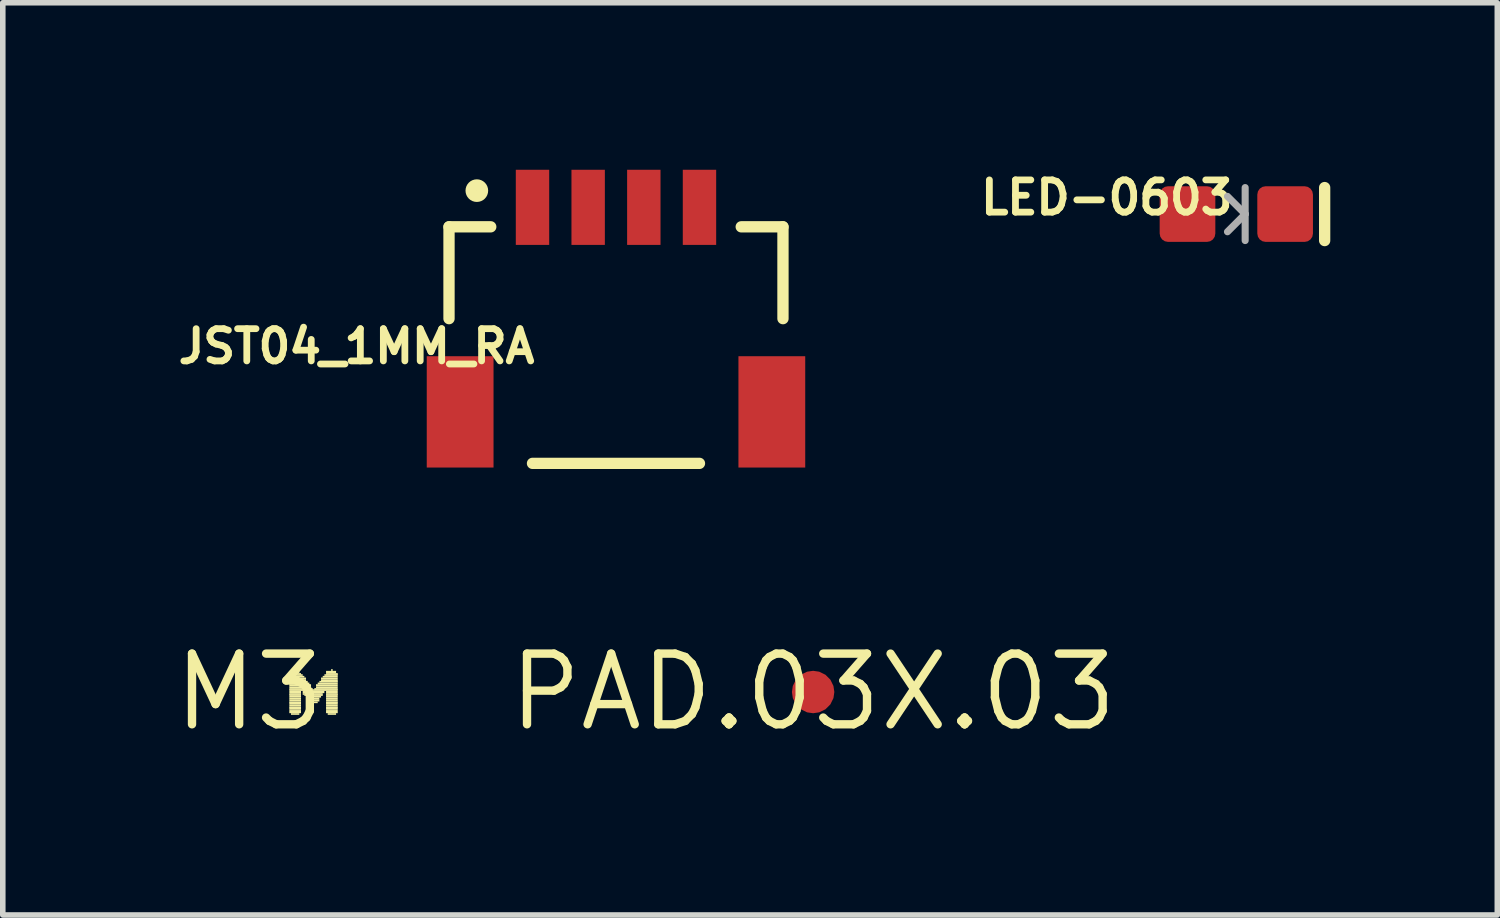
<source format=kicad_pcb>
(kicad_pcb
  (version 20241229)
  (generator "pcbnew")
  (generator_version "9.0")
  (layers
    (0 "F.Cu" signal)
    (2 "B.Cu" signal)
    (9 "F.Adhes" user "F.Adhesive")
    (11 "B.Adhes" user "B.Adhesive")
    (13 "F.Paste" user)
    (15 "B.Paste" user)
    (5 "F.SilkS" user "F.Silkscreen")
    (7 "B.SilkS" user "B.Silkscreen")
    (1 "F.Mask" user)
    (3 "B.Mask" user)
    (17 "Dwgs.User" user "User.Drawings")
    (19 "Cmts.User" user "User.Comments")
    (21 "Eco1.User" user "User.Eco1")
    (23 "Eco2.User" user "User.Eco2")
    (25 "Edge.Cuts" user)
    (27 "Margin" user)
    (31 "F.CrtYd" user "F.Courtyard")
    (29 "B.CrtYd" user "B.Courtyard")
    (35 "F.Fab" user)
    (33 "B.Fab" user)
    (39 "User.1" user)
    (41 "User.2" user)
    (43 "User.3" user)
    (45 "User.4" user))
  (footprint "PAD.03X.03"
    (layer "F.Cu")
    (at 11.559 9.383)
    (property "Reference" "PAD.03X.03" (at 0 0 0) (layer "F.SilkS") (effects (font (size 1.27 1.27) (thickness 0.15))))
    (attr through_hole)
    (pad "P$1" smd roundrect (at 0 0) (size 0.762 0.762) (layers "F.Cu" "F.Mask") (roundrect_rratio 0.5)))
  (footprint "JST04_1MM_RA"
    (layer "F.Cu")
    (at 8.017 0.675)
    (property "Reference" "JST04_1MM_RA" (at -1.397 2.159 0) (layer "F.SilkS") (effects (font (size 0.579 0.579) (thickness 0.122)) (justify right top)))
    (attr through_hole)
    (fp_line (start -3 0.35) (end -2.25 0.35) (stroke (width 0.203) (type solid)) (layer "F.SilkS"))
    (fp_line (start -3 2) (end -3 0.35) (stroke (width 0.203) (type solid)) (layer "F.SilkS"))
    (fp_line (start -1.5 4.6) (end 1.5 4.6) (stroke (width 0.203) (type solid)) (layer "F.SilkS"))
    (fp_line (start 2.25 0.35) (end 3 0.35) (stroke (width 0.203) (type solid)) (layer "F.SilkS"))
    (fp_line (start 3 0.35) (end 3 2) (stroke (width 0.203) (type solid)) (layer "F.SilkS"))
    (fp_circle (center -2.5 -0.3) (end -2.398 -0.3) (stroke (width 0.203) (type solid)) (fill no) (layer "F.SilkS"))
    (pad "1" smd rect (at -1.5 0) (size 0.6 1.35) (layers "F.Cu" "F.Mask" "F.Paste"))
    (pad "2" smd rect (at -0.5 0) (size 0.6 1.35) (layers "F.Cu" "F.Mask" "F.Paste"))
    (pad "3" smd rect (at 0.5 0) (size 0.6 1.35) (layers "F.Cu" "F.Mask" "F.Paste"))
    (pad "4" smd rect (at 1.5 0) (size 0.6 1.35) (layers "F.Cu" "F.Mask" "F.Paste"))
    (pad "NC1" smd rect (at 2.8 3.675) (size 1.2 2) (layers "F.Cu" "F.Mask" "F.Paste"))
    (pad "NC2" smd rect (at -2.8 3.675) (size 1.2 2) (layers "F.Cu" "F.Mask" "F.Paste")))
  (footprint "M3"
    (layer "F.Cu")
    (at 1.428 9.383)
    (property "Reference" "M3" (at 0 0 0) (layer "F.SilkS") (effects (font (size 1.27 1.27) (thickness 0.15))))
    (attr through_hole)
    (fp_poly (pts (xy 0.72 -0.31) (xy 0.93 -0.31) (xy 0.93 -0.34) (xy 0.72 -0.34)) (stroke (width 0) (type solid)) (fill yes) (layer "F.SilkS"))
    (fp_poly (pts (xy 0.72 -0.29) (xy 0.96 -0.29) (xy 0.96 -0.32) (xy 0.72 -0.32)) (stroke (width 0) (type solid)) (fill yes) (layer "F.SilkS"))
    (fp_poly (pts (xy 0.72 -0.26) (xy 0.99 -0.26) (xy 0.99 -0.29) (xy 0.72 -0.29)) (stroke (width 0) (type solid)) (fill yes) (layer "F.SilkS"))
    (fp_poly (pts (xy 0.72 -0.22) (xy 1.02 -0.22) (xy 1.02 -0.26) (xy 0.72 -0.26)) (stroke (width 0) (type solid)) (fill yes) (layer "F.SilkS"))
    (fp_poly (pts (xy 0.72 -0.19) (xy 1.02 -0.19) (xy 1.02 -0.22) (xy 0.72 -0.22)) (stroke (width 0) (type solid)) (fill yes) (layer "F.SilkS"))
    (fp_poly (pts (xy 0.72 -0.17) (xy 1.05 -0.17) (xy 1.05 -0.2) (xy 0.72 -0.2)) (stroke (width 0) (type solid)) (fill yes) (layer "F.SilkS"))
    (fp_poly (pts (xy 0.72 -0.14) (xy 1.08 -0.14) (xy 1.08 -0.17) (xy 0.72 -0.17)) (stroke (width 0) (type solid)) (fill yes) (layer "F.SilkS"))
    (fp_poly (pts (xy 0.72 -0.1) (xy 1.11 -0.1) (xy 1.11 -0.14) (xy 0.72 -0.14)) (stroke (width 0) (type solid)) (fill yes) (layer "F.SilkS"))
    (fp_poly (pts (xy 0.72 -0.07) (xy 1.11 -0.07) (xy 1.11 -0.1) (xy 0.72 -0.1)) (stroke (width 0) (type solid)) (fill yes) (layer "F.SilkS"))
    (fp_poly (pts (xy 0.72 -0.04) (xy 1.14 -0.04) (xy 1.14 -0.07) (xy 0.72 -0.07)) (stroke (width 0) (type solid)) (fill yes) (layer "F.SilkS"))
    (fp_poly (pts (xy 0.72 -0.02) (xy 1.59 -0.02) (xy 1.59 -0.05) (xy 0.72 -0.05)) (stroke (width 0) (type solid)) (fill yes) (layer "F.SilkS"))
    (fp_poly (pts (xy 0.72 0.02) (xy 0.93 0.02) (xy 0.93 -0.02) (xy 0.72 -0.02)) (stroke (width 0) (type solid)) (fill yes) (layer "F.SilkS"))
    (fp_poly (pts (xy 0.72 0.05) (xy 0.93 0.05) (xy 0.93 0.02) (xy 0.72 0.02)) (stroke (width 0) (type solid)) (fill yes) (layer "F.SilkS"))
    (fp_poly (pts (xy 0.72 0.07) (xy 0.93 0.07) (xy 0.93 0.04) (xy 0.72 0.04)) (stroke (width 0) (type solid)) (fill yes) (layer "F.SilkS"))
    (fp_poly (pts (xy 0.72 0.1) (xy 0.93 0.1) (xy 0.93 0.07) (xy 0.72 0.07)) (stroke (width 0) (type solid)) (fill yes) (layer "F.SilkS"))
    (fp_poly (pts (xy 0.72 0.14) (xy 0.93 0.14) (xy 0.93 0.1) (xy 0.72 0.1)) (stroke (width 0) (type solid)) (fill yes) (layer "F.SilkS"))
    (fp_poly (pts (xy 0.72 0.17) (xy 0.93 0.17) (xy 0.93 0.14) (xy 0.72 0.14)) (stroke (width 0) (type solid)) (fill yes) (layer "F.SilkS"))
    (fp_poly (pts (xy 0.72 0.2) (xy 0.93 0.2) (xy 0.93 0.17) (xy 0.72 0.17)) (stroke (width 0) (type solid)) (fill yes) (layer "F.SilkS"))
    (fp_poly (pts (xy 0.72 0.22) (xy 0.93 0.22) (xy 0.93 0.19) (xy 0.72 0.19)) (stroke (width 0) (type solid)) (fill yes) (layer "F.SilkS"))
    (fp_poly (pts (xy 0.72 0.26) (xy 0.93 0.26) (xy 0.93 0.22) (xy 0.72 0.22)) (stroke (width 0) (type solid)) (fill yes) (layer "F.SilkS"))
    (fp_poly (pts (xy 0.72 0.29) (xy 0.93 0.29) (xy 0.93 0.26) (xy 0.72 0.26)) (stroke (width 0) (type solid)) (fill yes) (layer "F.SilkS"))
    (fp_poly (pts (xy 0.72 0.31) (xy 0.93 0.31) (xy 0.93 0.28) (xy 0.72 0.28)) (stroke (width 0) (type solid)) (fill yes) (layer "F.SilkS"))
    (fp_poly (pts (xy 0.72 0.34) (xy 0.93 0.34) (xy 0.93 0.31) (xy 0.72 0.31)) (stroke (width 0) (type solid)) (fill yes) (layer "F.SilkS"))
    (fp_poly (pts (xy 0.72 0.38) (xy 0.93 0.38) (xy 0.93 0.34) (xy 0.72 0.34)) (stroke (width 0) (type solid)) (fill yes) (layer "F.SilkS"))
    (fp_poly (pts (xy 0.75 -0.34) (xy 0.9 -0.34) (xy 0.9 -0.38) (xy 0.75 -0.38)) (stroke (width 0) (type solid)) (fill yes) (layer "F.SilkS"))
    (fp_poly (pts (xy 0.75 0.41) (xy 0.9 0.41) (xy 0.9 0.38) (xy 0.75 0.38)) (stroke (width 0) (type solid)) (fill yes) (layer "F.SilkS"))
    (fp_poly (pts (xy 0.81 -0.38) (xy 0.84 -0.38) (xy 0.84 -0.41) (xy 0.81 -0.41)) (stroke (width 0) (type solid)) (fill yes) (layer "F.SilkS"))
    (fp_poly (pts (xy 0.96 0.02) (xy 1.35 0.02) (xy 1.35 -0.02) (xy 0.96 -0.02)) (stroke (width 0) (type solid)) (fill yes) (layer "F.SilkS"))
    (fp_poly (pts (xy 0.96 0.05) (xy 1.32 0.05) (xy 1.32 0.02) (xy 0.96 0.02)) (stroke (width 0) (type solid)) (fill yes) (layer "F.SilkS"))
    (fp_poly (pts (xy 0.99 0.07) (xy 1.32 0.07) (xy 1.32 0.04) (xy 0.99 0.04)) (stroke (width 0) (type solid)) (fill yes) (layer "F.SilkS"))
    (fp_poly (pts (xy 1.02 0.1) (xy 1.29 0.1) (xy 1.29 0.07) (xy 1.02 0.07)) (stroke (width 0) (type solid)) (fill yes) (layer "F.SilkS"))
    (fp_poly (pts (xy 1.05 0.14) (xy 1.26 0.14) (xy 1.26 0.1) (xy 1.05 0.1)) (stroke (width 0) (type solid)) (fill yes) (layer "F.SilkS"))
    (fp_poly (pts (xy 1.05 0.17) (xy 1.26 0.17) (xy 1.26 0.14) (xy 1.05 0.14)) (stroke (width 0) (type solid)) (fill yes) (layer "F.SilkS"))
    (fp_poly (pts (xy 1.08 0.2) (xy 1.23 0.2) (xy 1.23 0.17) (xy 1.08 0.17)) (stroke (width 0) (type solid)) (fill yes) (layer "F.SilkS"))
    (fp_poly (pts (xy 1.17 -0.04) (xy 1.59 -0.04) (xy 1.59 -0.07) (xy 1.17 -0.07)) (stroke (width 0) (type solid)) (fill yes) (layer "F.SilkS"))
    (fp_poly (pts (xy 1.2 -0.1) (xy 1.59 -0.1) (xy 1.59 -0.14) (xy 1.2 -0.14)) (stroke (width 0) (type solid)) (fill yes) (layer "F.SilkS"))
    (fp_poly (pts (xy 1.2 -0.07) (xy 1.59 -0.07) (xy 1.59 -0.1) (xy 1.2 -0.1)) (stroke (width 0) (type solid)) (fill yes) (layer "F.SilkS"))
    (fp_poly (pts (xy 1.23 -0.14) (xy 1.59 -0.14) (xy 1.59 -0.17) (xy 1.23 -0.17)) (stroke (width 0) (type solid)) (fill yes) (layer "F.SilkS"))
    (fp_poly (pts (xy 1.26 -0.17) (xy 1.59 -0.17) (xy 1.59 -0.2) (xy 1.26 -0.2)) (stroke (width 0) (type solid)) (fill yes) (layer "F.SilkS"))
    (fp_poly (pts (xy 1.29 -0.22) (xy 1.59 -0.22) (xy 1.59 -0.26) (xy 1.29 -0.26)) (stroke (width 0) (type solid)) (fill yes) (layer "F.SilkS"))
    (fp_poly (pts (xy 1.29 -0.19) (xy 1.59 -0.19) (xy 1.59 -0.22) (xy 1.29 -0.22)) (stroke (width 0) (type solid)) (fill yes) (layer "F.SilkS"))
    (fp_poly (pts (xy 1.32 -0.26) (xy 1.59 -0.26) (xy 1.59 -0.29) (xy 1.32 -0.29)) (stroke (width 0) (type solid)) (fill yes) (layer "F.SilkS"))
    (fp_poly (pts (xy 1.35 -0.29) (xy 1.59 -0.29) (xy 1.59 -0.32) (xy 1.35 -0.32)) (stroke (width 0) (type solid)) (fill yes) (layer "F.SilkS"))
    (fp_poly (pts (xy 1.38 -0.34) (xy 1.56 -0.34) (xy 1.56 -0.38) (xy 1.38 -0.38)) (stroke (width 0) (type solid)) (fill yes) (layer "F.SilkS"))
    (fp_poly (pts (xy 1.38 -0.31) (xy 1.59 -0.31) (xy 1.59 -0.34) (xy 1.38 -0.34)) (stroke (width 0) (type solid)) (fill yes) (layer "F.SilkS"))
    (fp_poly (pts (xy 1.38 0.02) (xy 1.59 0.02) (xy 1.59 -0.02) (xy 1.38 -0.02)) (stroke (width 0) (type solid)) (fill yes) (layer "F.SilkS"))
    (fp_poly (pts (xy 1.38 0.05) (xy 1.59 0.05) (xy 1.59 0.02) (xy 1.38 0.02)) (stroke (width 0) (type solid)) (fill yes) (layer "F.SilkS"))
    (fp_poly (pts (xy 1.38 0.07) (xy 1.59 0.07) (xy 1.59 0.04) (xy 1.38 0.04)) (stroke (width 0) (type solid)) (fill yes) (layer "F.SilkS"))
    (fp_poly (pts (xy 1.38 0.1) (xy 1.59 0.1) (xy 1.59 0.07) (xy 1.38 0.07)) (stroke (width 0) (type solid)) (fill yes) (layer "F.SilkS"))
    (fp_poly (pts (xy 1.38 0.14) (xy 1.59 0.14) (xy 1.59 0.1) (xy 1.38 0.1)) (stroke (width 0) (type solid)) (fill yes) (layer "F.SilkS"))
    (fp_poly (pts (xy 1.38 0.17) (xy 1.59 0.17) (xy 1.59 0.14) (xy 1.38 0.14)) (stroke (width 0) (type solid)) (fill yes) (layer "F.SilkS"))
    (fp_poly (pts (xy 1.38 0.2) (xy 1.59 0.2) (xy 1.59 0.17) (xy 1.38 0.17)) (stroke (width 0) (type solid)) (fill yes) (layer "F.SilkS"))
    (fp_poly (pts (xy 1.38 0.22) (xy 1.59 0.22) (xy 1.59 0.19) (xy 1.38 0.19)) (stroke (width 0) (type solid)) (fill yes) (layer "F.SilkS"))
    (fp_poly (pts (xy 1.38 0.26) (xy 1.59 0.26) (xy 1.59 0.22) (xy 1.38 0.22)) (stroke (width 0) (type solid)) (fill yes) (layer "F.SilkS"))
    (fp_poly (pts (xy 1.38 0.29) (xy 1.59 0.29) (xy 1.59 0.26) (xy 1.38 0.26)) (stroke (width 0) (type solid)) (fill yes) (layer "F.SilkS"))
    (fp_poly (pts (xy 1.38 0.31) (xy 1.59 0.31) (xy 1.59 0.28) (xy 1.38 0.28)) (stroke (width 0) (type solid)) (fill yes) (layer "F.SilkS"))
    (fp_poly (pts (xy 1.38 0.34) (xy 1.59 0.34) (xy 1.59 0.31) (xy 1.38 0.31)) (stroke (width 0) (type solid)) (fill yes) (layer "F.SilkS"))
    (fp_poly (pts (xy 1.38 0.38) (xy 1.59 0.38) (xy 1.59 0.34) (xy 1.38 0.34)) (stroke (width 0) (type solid)) (fill yes) (layer "F.SilkS"))
    (fp_poly (pts (xy 1.41 0.41) (xy 1.56 0.41) (xy 1.56 0.38) (xy 1.41 0.38)) (stroke (width 0) (type solid)) (fill yes) (layer "F.SilkS"))
    (fp_poly (pts (xy 1.47 -0.38) (xy 1.5 -0.38) (xy 1.5 -0.41) (xy 1.47 -0.41)) (stroke (width 0) (type solid)) (fill yes) (layer "F.SilkS")))
  (footprint "LED-0603"
    (layer "F.Cu")
    (at 19.162 0.796)
    (property "Reference" "LED-0603" (at 0 -0.635 0) (layer "F.SilkS") (effects (font (size 0.579 0.579) (thickness 0.122)) (justify right top)))
    (attr through_hole)
    (fp_line (start 1.587 -0.476) (end 1.587 0.476) (stroke (width 0.203) (type solid)) (layer "F.SilkS"))
    (fp_line (start 0.159 -0.476) (end 0.159 0) (stroke (width 0.127) (type solid)) (layer "F.Fab"))
    (fp_line (start 0.159 0) (end -0.159 -0.318) (stroke (width 0.127) (type solid)) (layer "F.Fab"))
    (fp_line (start 0.159 0) (end -0.159 0.318) (stroke (width 0.127) (type solid)) (layer "F.Fab"))
    (fp_line (start 0.159 0) (end 0.159 0.476) (stroke (width 0.127) (type solid)) (layer "F.Fab"))
    (pad "A" smd roundrect (at -0.877 0 270) (size 1 1) (layers "F.Cu" "F.Mask" "F.Paste") (roundrect_rratio 0.15))
    (pad "C" smd roundrect (at 0.877 0 270) (size 1 1) (layers "F.Cu" "F.Mask" "F.Paste") (roundrect_rratio 0.15)))
  (gr_rect
    (start -3 -3)
    (end 23.851 13.389)
    (stroke (width 0.1) (type default))
    (fill no)
    (layer "Edge.Cuts")))
</source>
